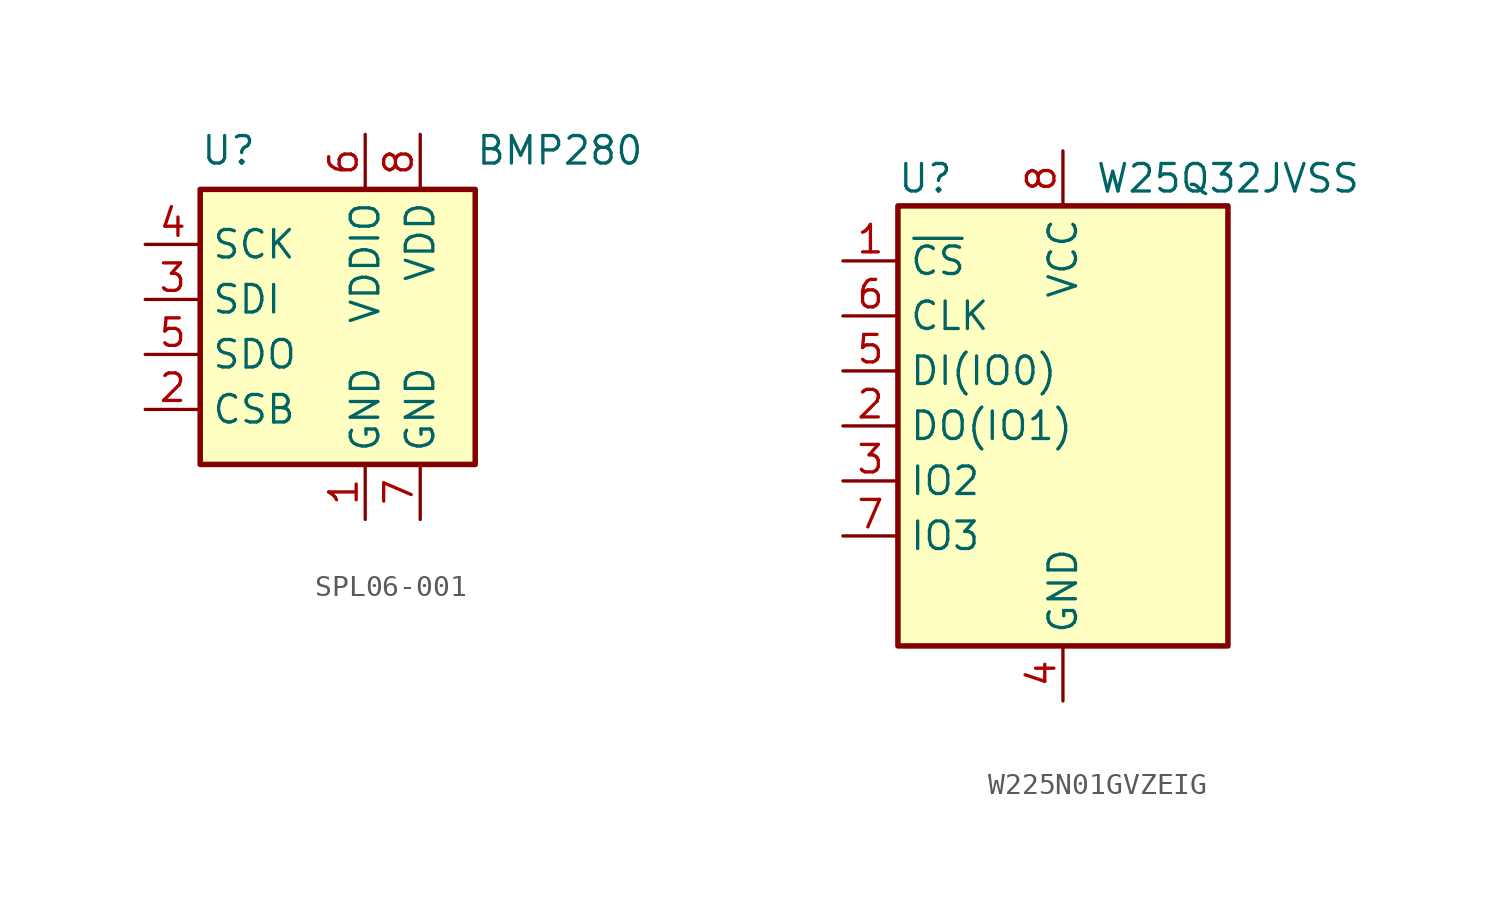
<source format=kicad_sym>
(kicad_symbol_lib
  (version 20220914)
  (generator kicad_symbol_editor)
  (symbol "SPL06-001"
    (property "Reference" "U"
      (at -7.62 10.16 0)
      (effects (font (size 1.27 1.27)) (justify left top)))
    (property "Value" "BMP280"
      (at 5.08 10.16 0)
      (effects (font (size 1.27 1.27)) (justify left top)))
    (symbol "SPL06-001_0_1"
      (rectangle (start -7.62 -5.08) (end 5.08 7.62) (stroke (width 0.254) (type default)) (fill (type background))))
    (symbol "SPL06-001_1_1"
      (pin power_in line (at 0 -7.62 90) (length 2.54) (name "GND" (effects (font (size 1.27 1.27)))) (number "1" (effects (font (size 1.27 1.27)))))
      (pin input line (at -10.16 -2.54 0) (length 2.54) (name "CSB" (effects (font (size 1.27 1.27)))) (number "2" (effects (font (size 1.27 1.27)))))
      (pin bidirectional line (at -10.16 2.54 0) (length 2.54) (name "SDI" (effects (font (size 1.27 1.27)))) (number "3" (effects (font (size 1.27 1.27)))))
      (pin input line (at -10.16 5.08 0) (length 2.54) (name "SCK" (effects (font (size 1.27 1.27)))) (number "4" (effects (font (size 1.27 1.27)))))
      (pin bidirectional line (at -10.16 0 0) (length 2.54) (name "SDO" (effects (font (size 1.27 1.27)))) (number "5" (effects (font (size 1.27 1.27)))))
      (pin power_in line (at 0 10.16 270) (length 2.54) (name "VDDIO" (effects (font (size 1.27 1.27)))) (number "6" (effects (font (size 1.27 1.27)))))
      (pin power_in line (at 2.54 -7.62 90) (length 2.54) (name "GND" (effects (font (size 1.27 1.27)))) (number "7" (effects (font (size 1.27 1.27)))))
      (pin power_in line (at 2.54 10.16 270) (length 2.54) (name "VDD" (effects (font (size 1.27 1.27)))) (number "8" (effects (font (size 1.27 1.27)))))))
  (symbol "W225N01GVZEIG"
    (property "Reference" "U"
      (at -6.35 11.43 0)
      (effects (font (size 1.27 1.27))))
    (property "Value" "W25Q32JVSS"
      (at 7.62 11.43 0)
      (effects (font (size 1.27 1.27))))
    (symbol "W225N01GVZEIG_0_1"
      (rectangle (start -7.62 10.16) (end 7.62 -10.16) (stroke (width 0.254) (type default)) (fill (type background))))
    (symbol "W225N01GVZEIG_1_1"
      (pin input line (at -10.16 7.62 0) (length 2.54) (name "~{CS}" (effects (font (size 1.27 1.27)))) (number "1" (effects (font (size 1.27 1.27)))))
      (pin bidirectional line (at -10.16 0 0) (length 2.54) (name "DO(IO1)" (effects (font (size 1.27 1.27)))) (number "2" (effects (font (size 1.27 1.27)))))
      (pin bidirectional line (at -10.16 -2.54 0) (length 2.54) (name "IO2" (effects (font (size 1.27 1.27)))) (number "3" (effects (font (size 1.27 1.27)))))
      (pin power_in line (at 0 -12.7 90) (length 2.54) (name "GND" (effects (font (size 1.27 1.27)))) (number "4" (effects (font (size 1.27 1.27)))))
      (pin bidirectional line (at -10.16 2.54 0) (length 2.54) (name "DI(IO0)" (effects (font (size 1.27 1.27)))) (number "5" (effects (font (size 1.27 1.27)))))
      (pin input line (at -10.16 5.08 0) (length 2.54) (name "CLK" (effects (font (size 1.27 1.27)))) (number "6" (effects (font (size 1.27 1.27)))))
      (pin bidirectional line (at -10.16 -5.08 0) (length 2.54) (name "IO3" (effects (font (size 1.27 1.27)))) (number "7" (effects (font (size 1.27 1.27)))))
      (pin power_in line (at 0 12.7 270) (length 2.54) (name "VCC" (effects (font (size 1.27 1.27)))) (number "8" (effects (font (size 1.27 1.27))))))))
</source>
